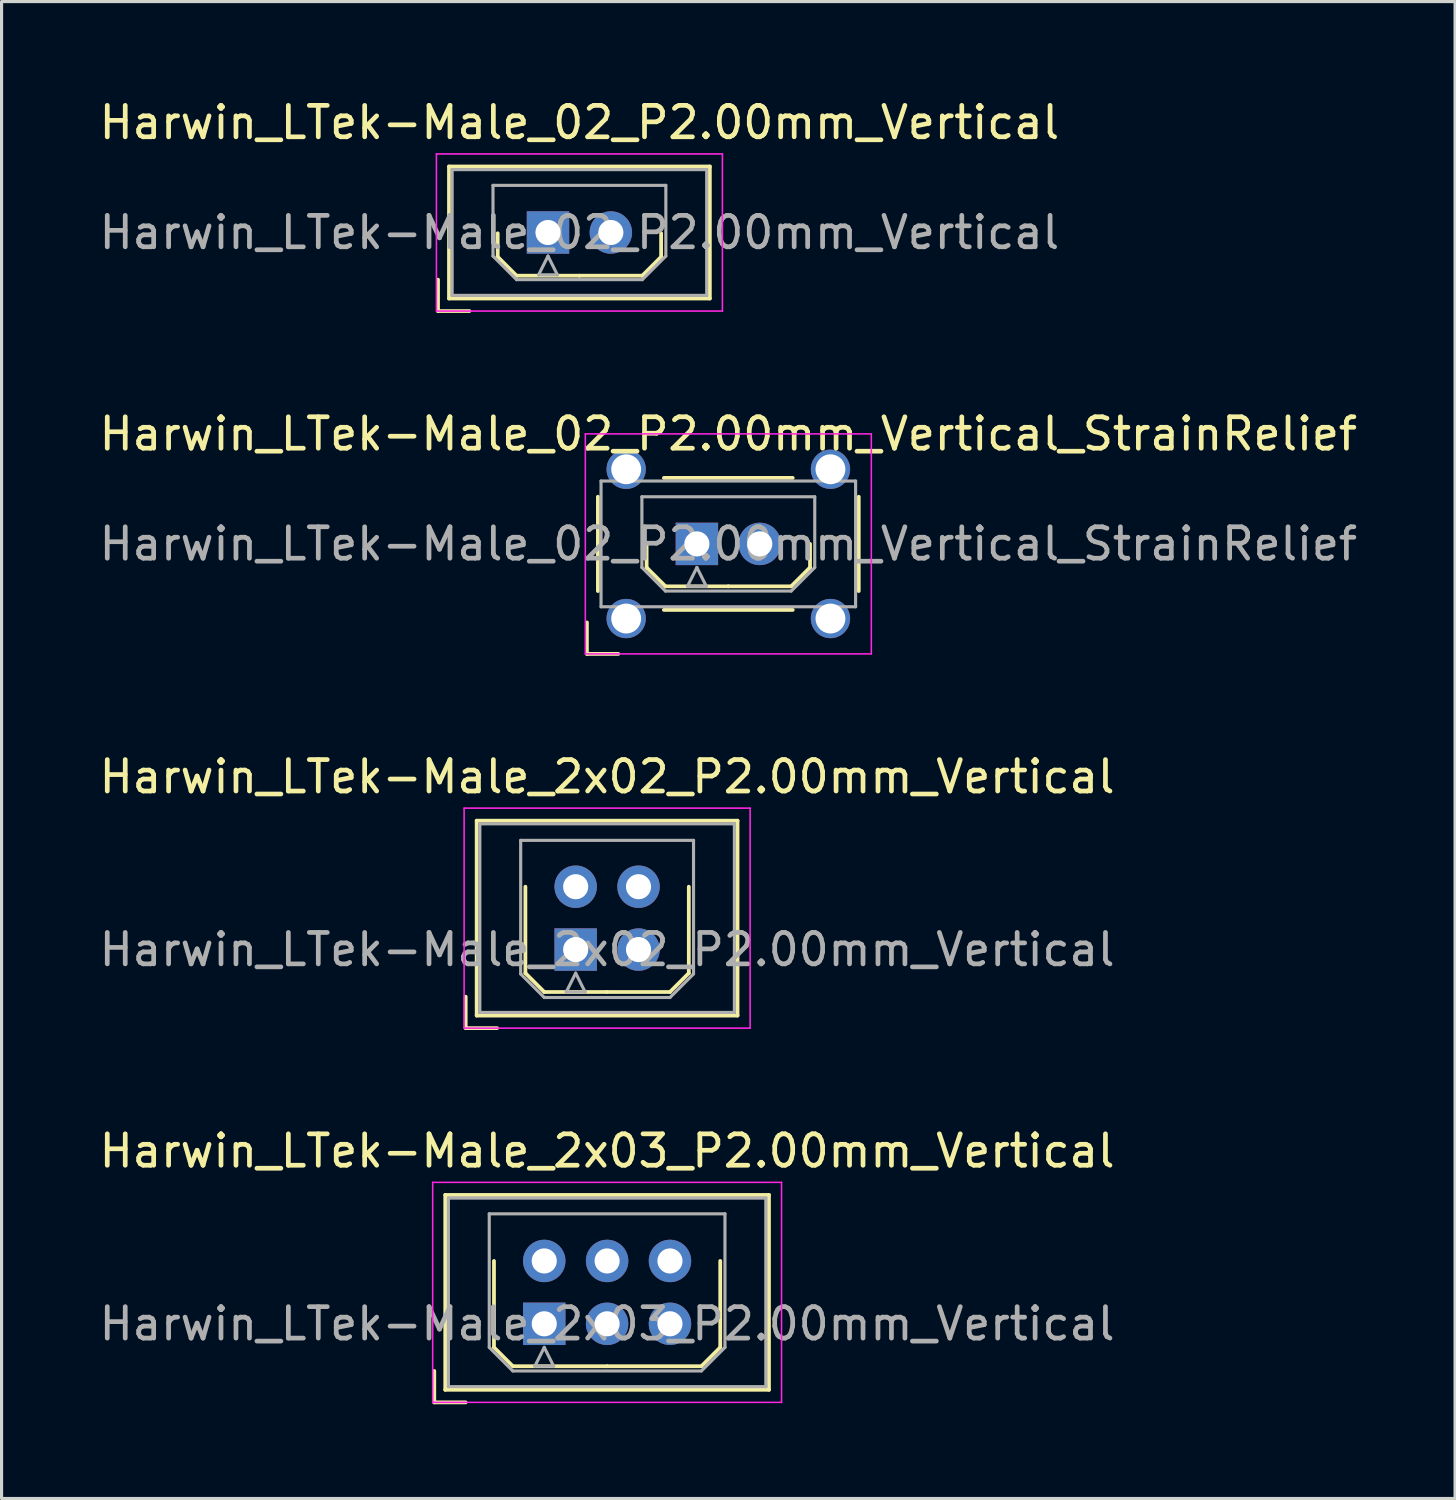
<source format=kicad_pcb>
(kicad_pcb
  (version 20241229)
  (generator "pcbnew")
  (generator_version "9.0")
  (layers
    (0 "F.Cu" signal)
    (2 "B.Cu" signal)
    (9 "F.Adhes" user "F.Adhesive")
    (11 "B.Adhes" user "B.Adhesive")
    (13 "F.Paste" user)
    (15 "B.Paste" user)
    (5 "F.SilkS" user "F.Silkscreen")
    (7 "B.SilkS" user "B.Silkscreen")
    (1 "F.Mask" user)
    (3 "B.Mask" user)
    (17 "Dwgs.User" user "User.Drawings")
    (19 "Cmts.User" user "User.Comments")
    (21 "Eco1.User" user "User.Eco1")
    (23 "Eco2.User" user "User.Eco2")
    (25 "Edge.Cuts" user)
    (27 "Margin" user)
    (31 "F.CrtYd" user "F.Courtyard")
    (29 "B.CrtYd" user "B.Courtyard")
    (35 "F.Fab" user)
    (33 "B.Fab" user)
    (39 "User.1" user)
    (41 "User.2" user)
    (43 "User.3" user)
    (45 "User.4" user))
  (footprint "Harwin_LTek-Male_02_P2.00mm_Vertical"
    (layer "F.Cu")
    (at 14.387 4.348)
    (property "Reference" "Harwin_LTek-Male_02_P2.00mm_Vertical" (at 1 -3.5 0) (layer "F.SilkS") (effects (font (size 1 1) (thickness 0.15))))
    (attr through_hole)
    (fp_line (start -3.5 1.5) (end -3.5 2.5) (stroke (width 0.12) (type solid)) (layer "F.SilkS"))
    (fp_line (start -3.5 2.5) (end -2.5 2.5) (stroke (width 0.12) (type solid)) (layer "F.SilkS"))
    (fp_line (start -3.15 -2.1) (end -3.15 2.1) (stroke (width 0.12) (type solid)) (layer "F.SilkS"))
    (fp_line (start -3.15 2.1) (end 5.15 2.1) (stroke (width 0.12) (type solid)) (layer "F.SilkS"))
    (fp_line (start -1.6 0.025) (end -1.6 0.775) (stroke (width 0.12) (type solid)) (layer "F.SilkS"))
    (fp_line (start -1.6 0.775) (end -1 1.375) (stroke (width 0.12) (type solid)) (layer "F.SilkS"))
    (fp_line (start -1 1.375) (end 1 1.375) (stroke (width 0.12) (type solid)) (layer "F.SilkS"))
    (fp_line (start 3 1.375) (end 1 1.375) (stroke (width 0.12) (type solid)) (layer "F.SilkS"))
    (fp_line (start 3.6 0.025) (end 3.6 0.775) (stroke (width 0.12) (type solid)) (layer "F.SilkS"))
    (fp_line (start 3.6 0.775) (end 3 1.375) (stroke (width 0.12) (type solid)) (layer "F.SilkS"))
    (fp_line (start 5.15 -2.1) (end -3.15 -2.1) (stroke (width 0.12) (type solid)) (layer "F.SilkS"))
    (fp_line (start 5.15 2.1) (end 5.15 -2.1) (stroke (width 0.12) (type solid)) (layer "F.SilkS"))
    (fp_line (start -3.55 -2.5) (end -3.55 2.5) (stroke (width 0.05) (type solid)) (layer "F.CrtYd"))
    (fp_line (start -3.55 2.5) (end 5.55 2.5) (stroke (width 0.05) (type solid)) (layer "F.CrtYd"))
    (fp_line (start 5.55 -2.5) (end -3.55 -2.5) (stroke (width 0.05) (type solid)) (layer "F.CrtYd"))
    (fp_line (start 5.55 2.5) (end 5.55 -2.5) (stroke (width 0.05) (type solid)) (layer "F.CrtYd"))
    (fp_line (start -3.05 -2) (end -3.05 2) (stroke (width 0.1) (type solid)) (layer "F.Fab"))
    (fp_line (start -3.05 2) (end 5.05 2) (stroke (width 0.1) (type solid)) (layer "F.Fab"))
    (fp_line (start -1.75 -1.5) (end 3.75 -1.5) (stroke (width 0.1) (type solid)) (layer "F.Fab"))
    (fp_line (start -1.75 0.75) (end -1.75 -1.5) (stroke (width 0.1) (type solid)) (layer "F.Fab"))
    (fp_line (start -1 1.5) (end -1.75 0.75) (stroke (width 0.1) (type solid)) (layer "F.Fab"))
    (fp_line (start -0.3 1.35) (end 0.3 1.35) (stroke (width 0.1) (type solid)) (layer "F.Fab"))
    (fp_line (start 0 0.75) (end -0.3 1.35) (stroke (width 0.1) (type solid)) (layer "F.Fab"))
    (fp_line (start 0.3 1.35) (end 0 0.75) (stroke (width 0.1) (type solid)) (layer "F.Fab"))
    (fp_line (start 3 1.5) (end -1 1.5) (stroke (width 0.1) (type solid)) (layer "F.Fab"))
    (fp_line (start 3.75 -1.5) (end 3.75 0.75) (stroke (width 0.1) (type solid)) (layer "F.Fab"))
    (fp_line (start 3.75 0.75) (end 3 1.5) (stroke (width 0.1) (type solid)) (layer "F.Fab"))
    (fp_line (start 5.05 -2) (end -3.05 -2) (stroke (width 0.1) (type solid)) (layer "F.Fab"))
    (fp_line (start 5.05 2) (end 5.05 -2) (stroke (width 0.1) (type solid)) (layer "F.Fab"))
    (fp_text user "${REFERENCE}" (at 1 0 0) (layer "F.Fab") (effects (font (size 1 1) (thickness 0.15))))
    (pad "1" thru_hole rect (at 0 0) (size 1.35 1.35) (drill 0.8) (layers "*.Cu" "*.Mask"))
    (pad "2" thru_hole circle (at 2 0) (size 1.35 1.35) (drill 0.8) (layers "*.Cu" "*.Mask")))
  (footprint "Harwin_LTek-Male_2x02_P2.00mm_Vertical"
    (layer "F.Cu")
    (at 15.268 27.165)
    (property "Reference" "Harwin_LTek-Male_2x02_P2.00mm_Vertical" (at 1 -5.5 0) (layer "F.SilkS") (effects (font (size 1 1) (thickness 0.15))))
    (attr through_hole)
    (fp_line (start -3.5 1.5) (end -3.5 2.5) (stroke (width 0.12) (type solid)) (layer "F.SilkS"))
    (fp_line (start -3.5 2.5) (end -2.5 2.5) (stroke (width 0.12) (type solid)) (layer "F.SilkS"))
    (fp_line (start -3.15 -4.1) (end -3.15 2.1) (stroke (width 0.12) (type solid)) (layer "F.SilkS"))
    (fp_line (start -3.15 2.1) (end 5.15 2.1) (stroke (width 0.12) (type solid)) (layer "F.SilkS"))
    (fp_line (start -1.6 -2) (end -1.6 0.75) (stroke (width 0.12) (type solid)) (layer "F.SilkS"))
    (fp_line (start -1.6 0.75) (end -1 1.35) (stroke (width 0.12) (type solid)) (layer "F.SilkS"))
    (fp_line (start -1 1.35) (end 1 1.35) (stroke (width 0.12) (type solid)) (layer "F.SilkS"))
    (fp_line (start 3 1.35) (end 1 1.35) (stroke (width 0.12) (type solid)) (layer "F.SilkS"))
    (fp_line (start 3.6 -2) (end 3.6 0.75) (stroke (width 0.12) (type solid)) (layer "F.SilkS"))
    (fp_line (start 3.6 0.75) (end 3 1.35) (stroke (width 0.12) (type solid)) (layer "F.SilkS"))
    (fp_line (start 5.15 -4.1) (end -3.15 -4.1) (stroke (width 0.12) (type solid)) (layer "F.SilkS"))
    (fp_line (start 5.15 2.1) (end 5.15 -4.1) (stroke (width 0.12) (type solid)) (layer "F.SilkS"))
    (fp_line (start -3.55 -4.5) (end -3.55 2.5) (stroke (width 0.05) (type solid)) (layer "F.CrtYd"))
    (fp_line (start -3.55 2.5) (end 5.55 2.5) (stroke (width 0.05) (type solid)) (layer "F.CrtYd"))
    (fp_line (start 5.55 -4.5) (end -3.55 -4.5) (stroke (width 0.05) (type solid)) (layer "F.CrtYd"))
    (fp_line (start 5.55 2.5) (end 5.55 -4.5) (stroke (width 0.05) (type solid)) (layer "F.CrtYd"))
    (fp_line (start -3.05 -4) (end -3.05 2) (stroke (width 0.1) (type solid)) (layer "F.Fab"))
    (fp_line (start -3.05 2) (end 5.05 2) (stroke (width 0.1) (type solid)) (layer "F.Fab"))
    (fp_line (start -1.75 -3.475) (end 3.75 -3.475) (stroke (width 0.1) (type solid)) (layer "F.Fab"))
    (fp_line (start -1.75 0.775) (end -1.75 -3.475) (stroke (width 0.1) (type solid)) (layer "F.Fab"))
    (fp_line (start -1 1.525) (end -1.75 0.775) (stroke (width 0.1) (type solid)) (layer "F.Fab"))
    (fp_line (start -0.3 1.35) (end 0.3 1.35) (stroke (width 0.1) (type solid)) (layer "F.Fab"))
    (fp_line (start 0 0.75) (end -0.3 1.35) (stroke (width 0.1) (type solid)) (layer "F.Fab"))
    (fp_line (start 0.3 1.35) (end 0 0.75) (stroke (width 0.1) (type solid)) (layer "F.Fab"))
    (fp_line (start 3 1.525) (end -1 1.525) (stroke (width 0.1) (type solid)) (layer "F.Fab"))
    (fp_line (start 3.75 -3.475) (end 3.75 0.775) (stroke (width 0.1) (type solid)) (layer "F.Fab"))
    (fp_line (start 3.75 0.775) (end 3 1.525) (stroke (width 0.1) (type solid)) (layer "F.Fab"))
    (fp_line (start 5.05 -4) (end -3.05 -4) (stroke (width 0.1) (type solid)) (layer "F.Fab"))
    (fp_line (start 5.05 2) (end 5.05 -4) (stroke (width 0.1) (type solid)) (layer "F.Fab"))
    (fp_text user "${REFERENCE}" (at 1 0 0) (layer "F.Fab") (effects (font (size 1 1) (thickness 0.15))))
    (pad "1" thru_hole rect (at 0 0) (size 1.35 1.35) (drill 0.8) (layers "*.Cu" "*.Mask"))
    (pad "2" thru_hole circle (at 2 0) (size 1.35 1.35) (drill 0.8) (layers "*.Cu" "*.Mask"))
    (pad "3" thru_hole circle (at 0 -2) (size 1.35 1.35) (drill 0.8) (layers "*.Cu" "*.Mask"))
    (pad "4" thru_hole circle (at 2 -2) (size 1.35 1.35) (drill 0.8) (layers "*.Cu" "*.Mask")))
  (footprint "Harwin_LTek-Male_2x03_P2.00mm_Vertical"
    (layer "F.Cu")
    (at 14.268 39.073)
    (property "Reference" "Harwin_LTek-Male_2x03_P2.00mm_Vertical" (at 2 -5.5 0) (layer "F.SilkS") (effects (font (size 1 1) (thickness 0.15))))
    (attr through_hole)
    (fp_line (start -3.5 1.5) (end -3.5 2.5) (stroke (width 0.12) (type solid)) (layer "F.SilkS"))
    (fp_line (start -3.5 2.5) (end -2.5 2.5) (stroke (width 0.12) (type solid)) (layer "F.SilkS"))
    (fp_line (start -3.15 -4.1) (end -3.15 2.1) (stroke (width 0.12) (type solid)) (layer "F.SilkS"))
    (fp_line (start -3.15 2.1) (end 7.15 2.1) (stroke (width 0.12) (type solid)) (layer "F.SilkS"))
    (fp_line (start -1.6 -2) (end -1.6 0.75) (stroke (width 0.12) (type solid)) (layer "F.SilkS"))
    (fp_line (start -1.6 0.75) (end -1 1.35) (stroke (width 0.12) (type solid)) (layer "F.SilkS"))
    (fp_line (start -1 1.35) (end 2 1.35) (stroke (width 0.12) (type solid)) (layer "F.SilkS"))
    (fp_line (start 5 1.35) (end 2 1.35) (stroke (width 0.12) (type solid)) (layer "F.SilkS"))
    (fp_line (start 5.6 -2) (end 5.6 0.75) (stroke (width 0.12) (type solid)) (layer "F.SilkS"))
    (fp_line (start 5.6 0.75) (end 5 1.35) (stroke (width 0.12) (type solid)) (layer "F.SilkS"))
    (fp_line (start 7.15 -4.1) (end -3.15 -4.1) (stroke (width 0.12) (type solid)) (layer "F.SilkS"))
    (fp_line (start 7.15 2.1) (end 7.15 -4.1) (stroke (width 0.12) (type solid)) (layer "F.SilkS"))
    (fp_line (start -3.55 -4.5) (end -3.55 2.5) (stroke (width 0.05) (type solid)) (layer "F.CrtYd"))
    (fp_line (start -3.55 2.5) (end 7.55 2.5) (stroke (width 0.05) (type solid)) (layer "F.CrtYd"))
    (fp_line (start 7.55 -4.5) (end -3.55 -4.5) (stroke (width 0.05) (type solid)) (layer "F.CrtYd"))
    (fp_line (start 7.55 2.5) (end 7.55 -4.5) (stroke (width 0.05) (type solid)) (layer "F.CrtYd"))
    (fp_line (start -3.05 -4) (end -3.05 2) (stroke (width 0.1) (type solid)) (layer "F.Fab"))
    (fp_line (start -3.05 2) (end 7.05 2) (stroke (width 0.1) (type solid)) (layer "F.Fab"))
    (fp_line (start -1.75 -3.5) (end 5.75 -3.5) (stroke (width 0.1) (type solid)) (layer "F.Fab"))
    (fp_line (start -1.75 0.75) (end -1.75 -3.5) (stroke (width 0.1) (type solid)) (layer "F.Fab"))
    (fp_line (start -1 1.5) (end -1.75 0.75) (stroke (width 0.1) (type solid)) (layer "F.Fab"))
    (fp_line (start -0.3 1.35) (end 0.3 1.35) (stroke (width 0.1) (type solid)) (layer "F.Fab"))
    (fp_line (start 0 0.75) (end -0.3 1.35) (stroke (width 0.1) (type solid)) (layer "F.Fab"))
    (fp_line (start 0.3 1.35) (end 0 0.75) (stroke (width 0.1) (type solid)) (layer "F.Fab"))
    (fp_line (start 5 1.5) (end -1 1.5) (stroke (width 0.1) (type solid)) (layer "F.Fab"))
    (fp_line (start 5.75 -3.5) (end 5.75 0.75) (stroke (width 0.1) (type solid)) (layer "F.Fab"))
    (fp_line (start 5.75 0.75) (end 5 1.5) (stroke (width 0.1) (type solid)) (layer "F.Fab"))
    (fp_line (start 7.05 -4) (end -3.05 -4) (stroke (width 0.1) (type solid)) (layer "F.Fab"))
    (fp_line (start 7.05 2) (end 7.05 -4) (stroke (width 0.1) (type solid)) (layer "F.Fab"))
    (fp_text user "${REFERENCE}" (at 2 0 0) (layer "F.Fab") (effects (font (size 1 1) (thickness 0.15))))
    (pad "1" thru_hole rect (at 0 0) (size 1.35 1.35) (drill 0.8) (layers "*.Cu" "*.Mask"))
    (pad "2" thru_hole circle (at 2 0) (size 1.35 1.35) (drill 0.8) (layers "*.Cu" "*.Mask"))
    (pad "3" thru_hole circle (at 4 0) (size 1.35 1.35) (drill 0.8) (layers "*.Cu" "*.Mask"))
    (pad "4" thru_hole circle (at 0 -2) (size 1.35 1.35) (drill 0.8) (layers "*.Cu" "*.Mask"))
    (pad "5" thru_hole circle (at 2 -2) (size 1.35 1.35) (drill 0.8) (layers "*.Cu" "*.Mask"))
    (pad "6" thru_hole circle (at 4 -2) (size 1.35 1.35) (drill 0.8) (layers "*.Cu" "*.Mask")))
  (footprint "Harwin_LTek-Male_02_P2.00mm_Vertical_StrainRelief"
    (layer "F.Cu")
    (at 19.125 14.257)
    (property "Reference" "Harwin_LTek-Male_02_P2.00mm_Vertical_StrainRelief" (at 1 -3.5 0) (layer "F.SilkS") (effects (font (size 1 1) (thickness 0.15))))
    (attr through_hole)
    (fp_line (start -3.5 2.5) (end -3.5 3.5) (stroke (width 0.12) (type solid)) (layer "F.SilkS"))
    (fp_line (start -3.5 3.5) (end -2.5 3.5) (stroke (width 0.12) (type solid)) (layer "F.SilkS"))
    (fp_line (start -3.15 -1.5) (end -3.15 1.5) (stroke (width 0.12) (type solid)) (layer "F.SilkS"))
    (fp_line (start -1.6 0) (end -1.6 0.75) (stroke (width 0.12) (type solid)) (layer "F.SilkS"))
    (fp_line (start -1.6 0.75) (end -1 1.35) (stroke (width 0.12) (type solid)) (layer "F.SilkS"))
    (fp_line (start -1.05 -2.1) (end 3.05 -2.1) (stroke (width 0.12) (type solid)) (layer "F.SilkS"))
    (fp_line (start -1.05 2.1) (end 3.05 2.1) (stroke (width 0.12) (type solid)) (layer "F.SilkS"))
    (fp_line (start -1 1.35) (end 1 1.35) (stroke (width 0.12) (type solid)) (layer "F.SilkS"))
    (fp_line (start 3 1.35) (end 1 1.35) (stroke (width 0.12) (type solid)) (layer "F.SilkS"))
    (fp_line (start 3.6 0) (end 3.6 0.75) (stroke (width 0.12) (type solid)) (layer "F.SilkS"))
    (fp_line (start 3.6 0.75) (end 3 1.35) (stroke (width 0.12) (type solid)) (layer "F.SilkS"))
    (fp_line (start 5.15 -1.5) (end 5.15 1.5) (stroke (width 0.12) (type solid)) (layer "F.SilkS"))
    (fp_line (start -3.55 -3.5) (end -3.55 3.5) (stroke (width 0.05) (type solid)) (layer "F.CrtYd"))
    (fp_line (start -3.55 3.5) (end 5.55 3.5) (stroke (width 0.05) (type solid)) (layer "F.CrtYd"))
    (fp_line (start 5.55 -3.5) (end -3.55 -3.5) (stroke (width 0.05) (type solid)) (layer "F.CrtYd"))
    (fp_line (start 5.55 3.5) (end 5.55 -3.5) (stroke (width 0.05) (type solid)) (layer "F.CrtYd"))
    (fp_line (start -3.05 -2) (end -3.05 2) (stroke (width 0.1) (type solid)) (layer "F.Fab"))
    (fp_line (start -3.05 2) (end 5.05 2) (stroke (width 0.1) (type solid)) (layer "F.Fab"))
    (fp_line (start -1.75 -1.5) (end 3.75 -1.5) (stroke (width 0.1) (type solid)) (layer "F.Fab"))
    (fp_line (start -1.75 0.75) (end -1.75 -1.5) (stroke (width 0.1) (type solid)) (layer "F.Fab"))
    (fp_line (start -1 1.5) (end -1.75 0.75) (stroke (width 0.1) (type solid)) (layer "F.Fab"))
    (fp_line (start -0.3 1.35) (end 0.3 1.35) (stroke (width 0.1) (type solid)) (layer "F.Fab"))
    (fp_line (start 0 0.75) (end -0.3 1.35) (stroke (width 0.1) (type solid)) (layer "F.Fab"))
    (fp_line (start 0.3 1.35) (end 0 0.75) (stroke (width 0.1) (type solid)) (layer "F.Fab"))
    (fp_line (start 3 1.5) (end -1 1.5) (stroke (width 0.1) (type solid)) (layer "F.Fab"))
    (fp_line (start 3.75 -1.5) (end 3.75 0.75) (stroke (width 0.1) (type solid)) (layer "F.Fab"))
    (fp_line (start 3.75 0.75) (end 3 1.5) (stroke (width 0.1) (type solid)) (layer "F.Fab"))
    (fp_line (start 5.05 -2) (end -3.05 -2) (stroke (width 0.1) (type solid)) (layer "F.Fab"))
    (fp_line (start 5.05 2) (end 5.05 -2) (stroke (width 0.1) (type solid)) (layer "F.Fab"))
    (fp_text user "${REFERENCE}" (at 1 0 0) (layer "F.Fab") (effects (font (size 1 1) (thickness 0.15))))
    (pad "" thru_hole circle (at -2.25 -2.375) (size 1.25 1.25) (drill 0.95) (layers "*.Cu" "*.Mask"))
    (pad "" thru_hole circle (at -2.25 2.375) (size 1.25 1.25) (drill 0.95) (layers "*.Cu" "*.Mask"))
    (pad "" thru_hole circle (at 4.25 -2.375) (size 1.25 1.25) (drill 0.95) (layers "*.Cu" "*.Mask"))
    (pad "" thru_hole circle (at 4.25 2.375) (size 1.25 1.25) (drill 0.95) (layers "*.Cu" "*.Mask"))
    (pad "1" thru_hole rect (at 0 0) (size 1.35 1.35) (drill 0.8) (layers "*.Cu" "*.Mask"))
    (pad "2" thru_hole circle (at 2 0) (size 1.35 1.35) (drill 0.8) (layers "*.Cu" "*.Mask")))
  (gr_rect
    (start -3 -3)
    (end 43.25 44.633)
    (stroke (width 0.1) (type default))
    (fill no)
    (layer "Edge.Cuts")))
</source>
